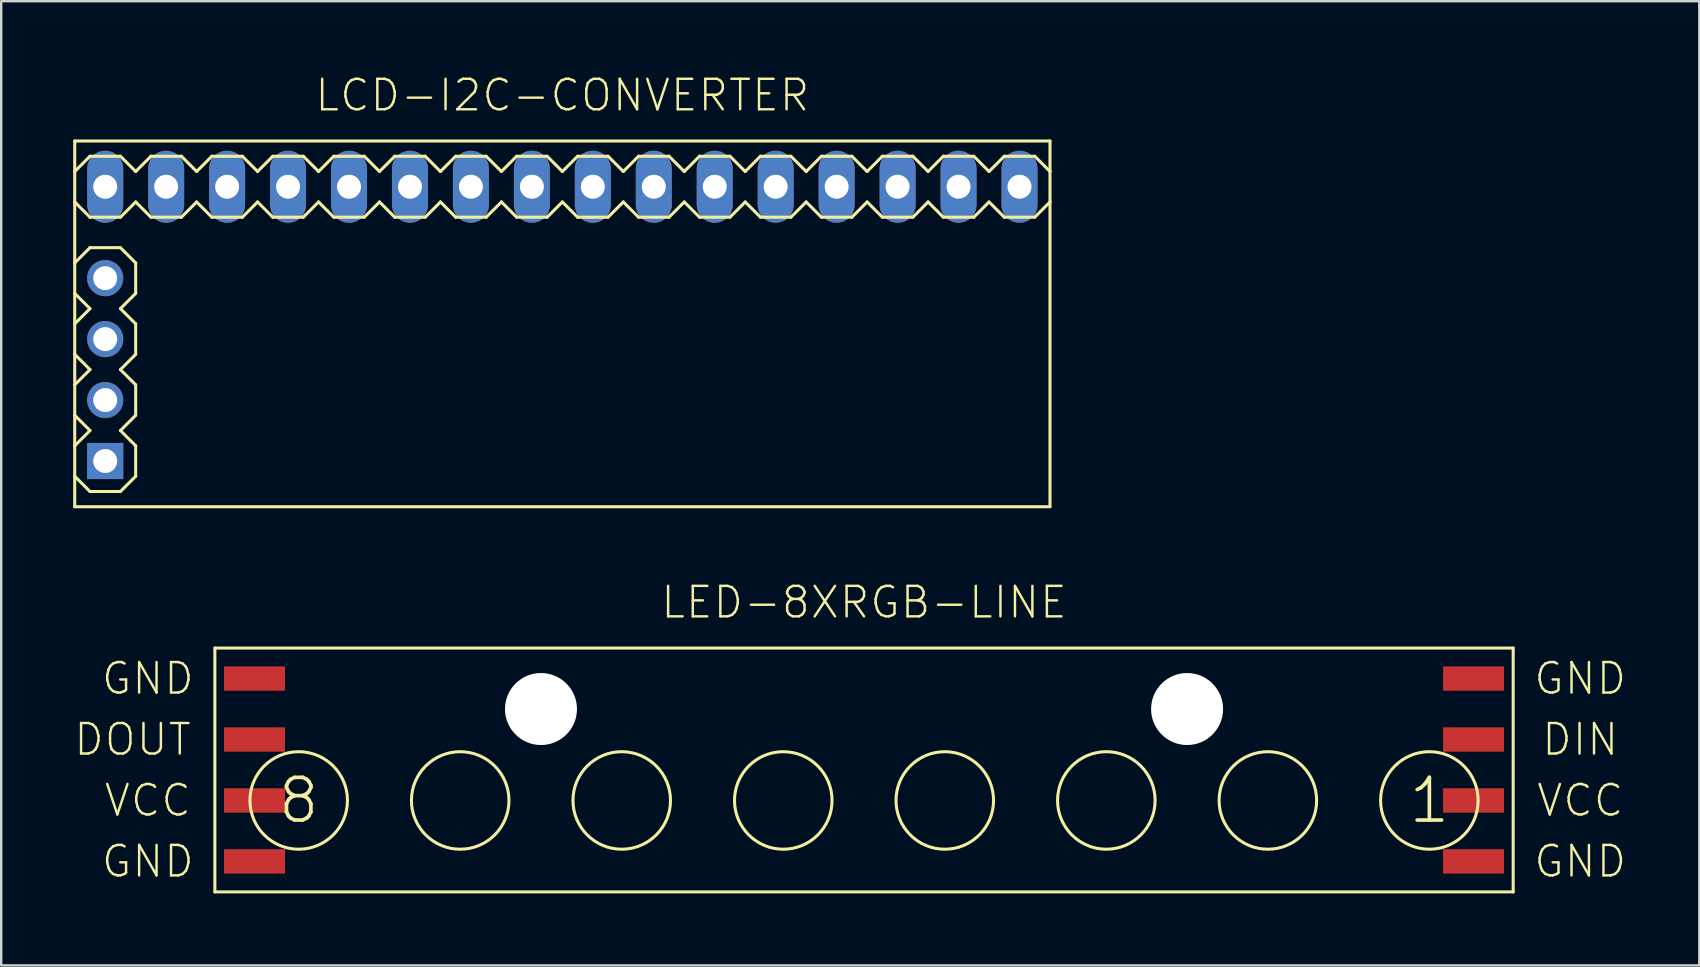
<source format=kicad_pcb>
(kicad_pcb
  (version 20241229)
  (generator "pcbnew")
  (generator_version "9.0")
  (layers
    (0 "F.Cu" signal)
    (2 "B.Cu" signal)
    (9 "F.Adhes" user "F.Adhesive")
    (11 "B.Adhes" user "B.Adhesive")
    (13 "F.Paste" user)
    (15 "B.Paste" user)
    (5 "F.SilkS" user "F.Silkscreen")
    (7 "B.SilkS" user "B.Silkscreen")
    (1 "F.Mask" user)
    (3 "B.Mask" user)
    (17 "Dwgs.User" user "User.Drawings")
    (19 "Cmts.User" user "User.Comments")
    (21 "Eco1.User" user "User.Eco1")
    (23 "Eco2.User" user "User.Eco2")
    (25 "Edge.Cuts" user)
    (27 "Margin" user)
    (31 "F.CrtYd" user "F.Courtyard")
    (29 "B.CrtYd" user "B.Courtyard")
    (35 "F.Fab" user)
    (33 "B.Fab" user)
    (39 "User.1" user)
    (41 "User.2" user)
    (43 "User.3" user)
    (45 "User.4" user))
  (footprint "LED-8XRGB-LINE"
    (layer "F.Cu")
    (at 32.955 29.036)
    (property "Reference" "LED-8XRGB-LINE" (at 0 -6.985 0) (layer "F.SilkS") (effects (font (size 1.27 1.27) (thickness 0.102))))
    (attr smd)
    (fp_line (start -27.051 -5.08) (end 27.051 -5.08) (stroke (width 0.127) (type solid)) (layer "F.SilkS"))
    (fp_line (start -27.051 5.08) (end -27.051 -5.08) (stroke (width 0.127) (type solid)) (layer "F.SilkS"))
    (fp_line (start 27.051 -5.08) (end 27.051 5.08) (stroke (width 0.127) (type solid)) (layer "F.SilkS"))
    (fp_line (start 27.051 5.08) (end -27.051 5.08) (stroke (width 0.127) (type solid)) (layer "F.SilkS"))
    (fp_circle (center -23.558 1.27) (end -23.558 -0.762) (stroke (width 0.127) (type solid)) (fill no) (layer "F.SilkS"))
    (fp_circle (center -16.828 1.27) (end -16.828 -0.762) (stroke (width 0.127) (type solid)) (fill no) (layer "F.SilkS"))
    (fp_circle (center -10.097 1.27) (end -10.097 -0.762) (stroke (width 0.127) (type solid)) (fill no) (layer "F.SilkS"))
    (fp_circle (center -3.365 1.27) (end -3.365 -0.762) (stroke (width 0.127) (type solid)) (fill no) (layer "F.SilkS"))
    (fp_circle (center 3.365 1.27) (end 3.365 -0.762) (stroke (width 0.127) (type solid)) (fill no) (layer "F.SilkS"))
    (fp_circle (center 10.097 1.27) (end 10.097 -0.762) (stroke (width 0.127) (type solid)) (fill no) (layer "F.SilkS"))
    (fp_circle (center 16.828 1.27) (end 16.828 -0.762) (stroke (width 0.127) (type solid)) (fill no) (layer "F.SilkS"))
    (fp_circle (center 23.558 1.27) (end 23.558 -0.762) (stroke (width 0.127) (type solid)) (fill no) (layer "F.SilkS"))
    (fp_text user "1" (at 23.558 1.27 0) (layer "F.SilkS") (effects (font (size 1.778 1.778) (thickness 0.152))))
    (fp_text user "GND" (at -29.845 3.81 0) (layer "F.SilkS") (effects (font (size 1.27 1.27) (thickness 0.102))))
    (fp_text user "8" (at -23.558 1.27 0) (layer "F.SilkS") (effects (font (size 1.778 1.778) (thickness 0.152))))
    (fp_text user "GND" (at 29.845 3.81 0) (layer "F.SilkS") (effects (font (size 1.27 1.27) (thickness 0.102))))
    (fp_text user "VCC" (at 29.845 1.27 0) (layer "F.SilkS") (effects (font (size 1.27 1.27) (thickness 0.102))))
    (fp_text user "DIN" (at 29.845 -1.27 0) (layer "F.SilkS") (effects (font (size 1.27 1.27) (thickness 0.102))))
    (fp_text user "GND" (at -29.845 -3.81 0) (layer "F.SilkS") (effects (font (size 1.27 1.27) (thickness 0.102))))
    (fp_text user "VCC" (at -29.845 1.27 0) (layer "F.SilkS") (effects (font (size 1.27 1.27) (thickness 0.102))))
    (fp_text user "DOUT" (at -30.48 -1.27 0) (layer "F.SilkS") (effects (font (size 1.27 1.27) (thickness 0.102))))
    (fp_text user "GND" (at 29.845 -3.81 0) (layer "F.SilkS") (effects (font (size 1.27 1.27) (thickness 0.102))))
    (pad "" np_thru_hole circle (at -13.462 -2.54) (size 3 3) (drill 3) (layers "*.Cu" "*.Mask"))
    (pad "" np_thru_hole circle (at 13.462 -2.54) (size 3 3) (drill 3) (layers "*.Cu" "*.Mask"))
    (pad "A.1" smd rect (at -25.4 -3.81) (size 2.54 1.016) (layers "F.Cu" "F.Mask" "F.Paste"))
    (pad "A.2" smd rect (at -25.4 -1.27) (size 2.54 1.016) (layers "F.Cu" "F.Mask" "F.Paste"))
    (pad "A.3" smd rect (at -25.4 1.27) (size 2.54 1.016) (layers "F.Cu" "F.Mask" "F.Paste"))
    (pad "A.4" smd rect (at -25.4 3.81) (size 2.54 1.016) (layers "F.Cu" "F.Mask" "F.Paste"))
    (pad "B.1" smd rect (at 25.4 -3.81) (size 2.54 1.016) (layers "F.Cu" "F.Mask" "F.Paste"))
    (pad "B.2" smd rect (at 25.4 -1.27) (size 2.54 1.016) (layers "F.Cu" "F.Mask" "F.Paste"))
    (pad "B.3" smd rect (at 25.4 1.27) (size 2.54 1.016) (layers "F.Cu" "F.Mask" "F.Paste"))
    (pad "B.4" smd rect (at 25.4 3.81) (size 2.54 1.016) (layers "F.Cu" "F.Mask" "F.Paste")))
  (footprint "LCD-I2C-CONVERTER"
    (layer "F.Cu")
    (at 20.384 11.081)
    (property "Reference" "LCD-I2C-CONVERTER" (at 0 -10.16 0) (layer "F.SilkS") (effects (font (size 1.27 1.27) (thickness 0.102))))
    (attr exclude_from_pos_files exclude_from_bom)
    (fp_line (start -20.32 -8.255) (end 20.32 -8.255) (stroke (width 0.127) (type solid)) (layer "F.SilkS"))
    (fp_line (start -20.32 -6.985) (end -20.32 -8.255) (stroke (width 0.127) (type solid)) (layer "F.SilkS"))
    (fp_line (start -20.32 -6.985) (end -19.685 -7.62) (stroke (width 0.127) (type solid)) (layer "F.SilkS"))
    (fp_line (start -20.32 -5.715) (end -20.32 -6.985) (stroke (width 0.127) (type solid)) (layer "F.SilkS"))
    (fp_line (start -20.32 -3.175) (end -20.32 -5.715) (stroke (width 0.127) (type solid)) (layer "F.SilkS"))
    (fp_line (start -20.32 -3.175) (end -19.685 -3.81) (stroke (width 0.127) (type solid)) (layer "F.SilkS"))
    (fp_line (start -20.32 -1.905) (end -20.32 -3.175) (stroke (width 0.127) (type solid)) (layer "F.SilkS"))
    (fp_line (start -20.32 -0.635) (end -20.32 -1.905) (stroke (width 0.127) (type solid)) (layer "F.SilkS"))
    (fp_line (start -20.32 -0.635) (end -19.685 -1.27) (stroke (width 0.127) (type solid)) (layer "F.SilkS"))
    (fp_line (start -20.32 0.635) (end -20.32 -0.635) (stroke (width 0.127) (type solid)) (layer "F.SilkS"))
    (fp_line (start -20.32 1.905) (end -20.32 0.635) (stroke (width 0.127) (type solid)) (layer "F.SilkS"))
    (fp_line (start -20.32 1.905) (end -19.685 1.27) (stroke (width 0.127) (type solid)) (layer "F.SilkS"))
    (fp_line (start -20.32 3.175) (end -20.32 1.905) (stroke (width 0.127) (type solid)) (layer "F.SilkS"))
    (fp_line (start -20.32 4.445) (end -20.32 3.175) (stroke (width 0.127) (type solid)) (layer "F.SilkS"))
    (fp_line (start -20.32 4.445) (end -19.685 3.81) (stroke (width 0.127) (type solid)) (layer "F.SilkS"))
    (fp_line (start -20.32 5.715) (end -20.32 4.445) (stroke (width 0.127) (type solid)) (layer "F.SilkS"))
    (fp_line (start -20.32 6.985) (end -20.32 5.715) (stroke (width 0.127) (type solid)) (layer "F.SilkS"))
    (fp_line (start -19.685 -7.62) (end -18.415 -7.62) (stroke (width 0.127) (type solid)) (layer "F.SilkS"))
    (fp_line (start -19.685 -5.08) (end -20.32 -5.715) (stroke (width 0.127) (type solid)) (layer "F.SilkS"))
    (fp_line (start -19.685 -3.81) (end -18.415 -3.81) (stroke (width 0.127) (type solid)) (layer "F.SilkS"))
    (fp_line (start -19.685 -1.27) (end -20.32 -1.905) (stroke (width 0.127) (type solid)) (layer "F.SilkS"))
    (fp_line (start -19.685 1.27) (end -20.32 0.635) (stroke (width 0.127) (type solid)) (layer "F.SilkS"))
    (fp_line (start -19.685 3.81) (end -20.32 3.175) (stroke (width 0.127) (type solid)) (layer "F.SilkS"))
    (fp_line (start -19.685 6.35) (end -20.32 5.715) (stroke (width 0.127) (type solid)) (layer "F.SilkS"))
    (fp_line (start -18.415 -7.62) (end -17.78 -6.985) (stroke (width 0.127) (type solid)) (layer "F.SilkS"))
    (fp_line (start -18.415 -5.08) (end -19.685 -5.08) (stroke (width 0.127) (type solid)) (layer "F.SilkS"))
    (fp_line (start -18.415 -3.81) (end -17.78 -3.175) (stroke (width 0.127) (type solid)) (layer "F.SilkS"))
    (fp_line (start -18.415 -1.27) (end -17.78 -0.635) (stroke (width 0.127) (type solid)) (layer "F.SilkS"))
    (fp_line (start -18.415 1.27) (end -17.78 1.905) (stroke (width 0.127) (type solid)) (layer "F.SilkS"))
    (fp_line (start -18.415 3.81) (end -17.78 4.445) (stroke (width 0.127) (type solid)) (layer "F.SilkS"))
    (fp_line (start -18.415 6.35) (end -19.685 6.35) (stroke (width 0.127) (type solid)) (layer "F.SilkS"))
    (fp_line (start -17.78 -6.985) (end -17.145 -7.62) (stroke (width 0.127) (type solid)) (layer "F.SilkS"))
    (fp_line (start -17.78 -5.715) (end -18.415 -5.08) (stroke (width 0.127) (type solid)) (layer "F.SilkS"))
    (fp_line (start -17.78 -3.175) (end -17.78 -1.905) (stroke (width 0.127) (type solid)) (layer "F.SilkS"))
    (fp_line (start -17.78 -1.905) (end -18.415 -1.27) (stroke (width 0.127) (type solid)) (layer "F.SilkS"))
    (fp_line (start -17.78 -0.635) (end -17.78 0.635) (stroke (width 0.127) (type solid)) (layer "F.SilkS"))
    (fp_line (start -17.78 0.635) (end -18.415 1.27) (stroke (width 0.127) (type solid)) (layer "F.SilkS"))
    (fp_line (start -17.78 1.905) (end -17.78 3.175) (stroke (width 0.127) (type solid)) (layer "F.SilkS"))
    (fp_line (start -17.78 3.175) (end -18.415 3.81) (stroke (width 0.127) (type solid)) (layer "F.SilkS"))
    (fp_line (start -17.78 4.445) (end -17.78 5.715) (stroke (width 0.127) (type solid)) (layer "F.SilkS"))
    (fp_line (start -17.78 5.715) (end -18.415 6.35) (stroke (width 0.127) (type solid)) (layer "F.SilkS"))
    (fp_line (start -17.145 -7.62) (end -15.875 -7.62) (stroke (width 0.127) (type solid)) (layer "F.SilkS"))
    (fp_line (start -17.145 -5.08) (end -17.78 -5.715) (stroke (width 0.127) (type solid)) (layer "F.SilkS"))
    (fp_line (start -15.875 -7.62) (end -15.24 -6.985) (stroke (width 0.127) (type solid)) (layer "F.SilkS"))
    (fp_line (start -15.875 -5.08) (end -17.145 -5.08) (stroke (width 0.127) (type solid)) (layer "F.SilkS"))
    (fp_line (start -15.24 -6.985) (end -14.605 -7.62) (stroke (width 0.127) (type solid)) (layer "F.SilkS"))
    (fp_line (start -15.24 -5.715) (end -15.875 -5.08) (stroke (width 0.127) (type solid)) (layer "F.SilkS"))
    (fp_line (start -14.605 -7.62) (end -13.335 -7.62) (stroke (width 0.127) (type solid)) (layer "F.SilkS"))
    (fp_line (start -14.605 -5.08) (end -15.24 -5.715) (stroke (width 0.127) (type solid)) (layer "F.SilkS"))
    (fp_line (start -13.335 -7.62) (end -12.7 -6.985) (stroke (width 0.127) (type solid)) (layer "F.SilkS"))
    (fp_line (start -13.335 -5.08) (end -14.605 -5.08) (stroke (width 0.127) (type solid)) (layer "F.SilkS"))
    (fp_line (start -12.7 -6.985) (end -12.065 -7.62) (stroke (width 0.127) (type solid)) (layer "F.SilkS"))
    (fp_line (start -12.7 -5.715) (end -13.335 -5.08) (stroke (width 0.127) (type solid)) (layer "F.SilkS"))
    (fp_line (start -12.065 -7.62) (end -10.795 -7.62) (stroke (width 0.127) (type solid)) (layer "F.SilkS"))
    (fp_line (start -12.065 -5.08) (end -12.7 -5.715) (stroke (width 0.127) (type solid)) (layer "F.SilkS"))
    (fp_line (start -10.795 -7.62) (end -10.16 -6.985) (stroke (width 0.127) (type solid)) (layer "F.SilkS"))
    (fp_line (start -10.795 -5.08) (end -12.065 -5.08) (stroke (width 0.127) (type solid)) (layer "F.SilkS"))
    (fp_line (start -10.16 -6.985) (end -9.525 -7.62) (stroke (width 0.127) (type solid)) (layer "F.SilkS"))
    (fp_line (start -10.16 -5.715) (end -10.795 -5.08) (stroke (width 0.127) (type solid)) (layer "F.SilkS"))
    (fp_line (start -9.525 -7.62) (end -8.255 -7.62) (stroke (width 0.127) (type solid)) (layer "F.SilkS"))
    (fp_line (start -9.525 -5.08) (end -10.16 -5.715) (stroke (width 0.127) (type solid)) (layer "F.SilkS"))
    (fp_line (start -8.255 -7.62) (end -7.62 -6.985) (stroke (width 0.127) (type solid)) (layer "F.SilkS"))
    (fp_line (start -8.255 -5.08) (end -9.525 -5.08) (stroke (width 0.127) (type solid)) (layer "F.SilkS"))
    (fp_line (start -7.62 -6.985) (end -6.985 -7.62) (stroke (width 0.127) (type solid)) (layer "F.SilkS"))
    (fp_line (start -7.62 -5.715) (end -8.255 -5.08) (stroke (width 0.127) (type solid)) (layer "F.SilkS"))
    (fp_line (start -6.985 -7.62) (end -5.715 -7.62) (stroke (width 0.127) (type solid)) (layer "F.SilkS"))
    (fp_line (start -6.985 -5.08) (end -7.62 -5.715) (stroke (width 0.127) (type solid)) (layer "F.SilkS"))
    (fp_line (start -5.715 -7.62) (end -5.08 -6.985) (stroke (width 0.127) (type solid)) (layer "F.SilkS"))
    (fp_line (start -5.715 -5.08) (end -6.985 -5.08) (stroke (width 0.127) (type solid)) (layer "F.SilkS"))
    (fp_line (start -5.08 -6.985) (end -4.445 -7.62) (stroke (width 0.127) (type solid)) (layer "F.SilkS"))
    (fp_line (start -5.08 -5.715) (end -5.715 -5.08) (stroke (width 0.127) (type solid)) (layer "F.SilkS"))
    (fp_line (start -4.445 -7.62) (end -3.175 -7.62) (stroke (width 0.127) (type solid)) (layer "F.SilkS"))
    (fp_line (start -4.445 -5.08) (end -5.08 -5.715) (stroke (width 0.127) (type solid)) (layer "F.SilkS"))
    (fp_line (start -3.175 -7.62) (end -2.54 -6.985) (stroke (width 0.127) (type solid)) (layer "F.SilkS"))
    (fp_line (start -3.175 -5.08) (end -4.445 -5.08) (stroke (width 0.127) (type solid)) (layer "F.SilkS"))
    (fp_line (start -2.54 -6.985) (end -1.905 -7.62) (stroke (width 0.127) (type solid)) (layer "F.SilkS"))
    (fp_line (start -2.54 -5.715) (end -3.175 -5.08) (stroke (width 0.127) (type solid)) (layer "F.SilkS"))
    (fp_line (start -1.905 -7.62) (end -0.635 -7.62) (stroke (width 0.127) (type solid)) (layer "F.SilkS"))
    (fp_line (start -1.905 -5.08) (end -2.54 -5.715) (stroke (width 0.127) (type solid)) (layer "F.SilkS"))
    (fp_line (start -0.635 -7.62) (end 0 -6.985) (stroke (width 0.127) (type solid)) (layer "F.SilkS"))
    (fp_line (start -0.635 -5.08) (end -1.905 -5.08) (stroke (width 0.127) (type solid)) (layer "F.SilkS"))
    (fp_line (start 0 -6.985) (end 0.635 -7.62) (stroke (width 0.127) (type solid)) (layer "F.SilkS"))
    (fp_line (start 0 -5.715) (end -0.635 -5.08) (stroke (width 0.127) (type solid)) (layer "F.SilkS"))
    (fp_line (start 0.635 -7.62) (end 1.905 -7.62) (stroke (width 0.127) (type solid)) (layer "F.SilkS"))
    (fp_line (start 0.635 -5.08) (end 0 -5.715) (stroke (width 0.127) (type solid)) (layer "F.SilkS"))
    (fp_line (start 1.905 -7.62) (end 2.54 -6.985) (stroke (width 0.127) (type solid)) (layer "F.SilkS"))
    (fp_line (start 1.905 -5.08) (end 0.635 -5.08) (stroke (width 0.127) (type solid)) (layer "F.SilkS"))
    (fp_line (start 2.54 -6.985) (end 3.175 -7.62) (stroke (width 0.127) (type solid)) (layer "F.SilkS"))
    (fp_line (start 2.54 -5.715) (end 1.905 -5.08) (stroke (width 0.127) (type solid)) (layer "F.SilkS"))
    (fp_line (start 3.175 -7.62) (end 4.445 -7.62) (stroke (width 0.127) (type solid)) (layer "F.SilkS"))
    (fp_line (start 3.175 -5.08) (end 2.54 -5.715) (stroke (width 0.127) (type solid)) (layer "F.SilkS"))
    (fp_line (start 4.445 -7.62) (end 5.08 -6.985) (stroke (width 0.127) (type solid)) (layer "F.SilkS"))
    (fp_line (start 4.445 -5.08) (end 3.175 -5.08) (stroke (width 0.127) (type solid)) (layer "F.SilkS"))
    (fp_line (start 5.08 -6.985) (end 5.715 -7.62) (stroke (width 0.127) (type solid)) (layer "F.SilkS"))
    (fp_line (start 5.08 -5.715) (end 4.445 -5.08) (stroke (width 0.127) (type solid)) (layer "F.SilkS"))
    (fp_line (start 5.715 -7.62) (end 6.985 -7.62) (stroke (width 0.127) (type solid)) (layer "F.SilkS"))
    (fp_line (start 5.715 -5.08) (end 5.08 -5.715) (stroke (width 0.127) (type solid)) (layer "F.SilkS"))
    (fp_line (start 6.985 -7.62) (end 7.62 -6.985) (stroke (width 0.127) (type solid)) (layer "F.SilkS"))
    (fp_line (start 6.985 -5.08) (end 5.715 -5.08) (stroke (width 0.127) (type solid)) (layer "F.SilkS"))
    (fp_line (start 7.62 -6.985) (end 8.255 -7.62) (stroke (width 0.127) (type solid)) (layer "F.SilkS"))
    (fp_line (start 7.62 -5.715) (end 6.985 -5.08) (stroke (width 0.127) (type solid)) (layer "F.SilkS"))
    (fp_line (start 8.255 -7.62) (end 9.525 -7.62) (stroke (width 0.127) (type solid)) (layer "F.SilkS"))
    (fp_line (start 8.255 -5.08) (end 7.62 -5.715) (stroke (width 0.127) (type solid)) (layer "F.SilkS"))
    (fp_line (start 9.525 -7.62) (end 10.16 -6.985) (stroke (width 0.127) (type solid)) (layer "F.SilkS"))
    (fp_line (start 9.525 -5.08) (end 8.255 -5.08) (stroke (width 0.127) (type solid)) (layer "F.SilkS"))
    (fp_line (start 10.16 -6.985) (end 10.795 -7.62) (stroke (width 0.127) (type solid)) (layer "F.SilkS"))
    (fp_line (start 10.16 -5.715) (end 9.525 -5.08) (stroke (width 0.127) (type solid)) (layer "F.SilkS"))
    (fp_line (start 10.795 -7.62) (end 12.065 -7.62) (stroke (width 0.127) (type solid)) (layer "F.SilkS"))
    (fp_line (start 10.795 -5.08) (end 10.16 -5.715) (stroke (width 0.127) (type solid)) (layer "F.SilkS"))
    (fp_line (start 12.065 -7.62) (end 12.7 -6.985) (stroke (width 0.127) (type solid)) (layer "F.SilkS"))
    (fp_line (start 12.065 -5.08) (end 10.795 -5.08) (stroke (width 0.127) (type solid)) (layer "F.SilkS"))
    (fp_line (start 12.7 -6.985) (end 13.335 -7.62) (stroke (width 0.127) (type solid)) (layer "F.SilkS"))
    (fp_line (start 12.7 -5.715) (end 12.065 -5.08) (stroke (width 0.127) (type solid)) (layer "F.SilkS"))
    (fp_line (start 13.335 -7.62) (end 14.605 -7.62) (stroke (width 0.127) (type solid)) (layer "F.SilkS"))
    (fp_line (start 13.335 -5.08) (end 12.7 -5.715) (stroke (width 0.127) (type solid)) (layer "F.SilkS"))
    (fp_line (start 14.605 -7.62) (end 15.24 -6.985) (stroke (width 0.127) (type solid)) (layer "F.SilkS"))
    (fp_line (start 14.605 -5.08) (end 13.335 -5.08) (stroke (width 0.127) (type solid)) (layer "F.SilkS"))
    (fp_line (start 15.24 -6.985) (end 15.875 -7.62) (stroke (width 0.127) (type solid)) (layer "F.SilkS"))
    (fp_line (start 15.24 -5.715) (end 14.605 -5.08) (stroke (width 0.127) (type solid)) (layer "F.SilkS"))
    (fp_line (start 15.875 -7.62) (end 17.145 -7.62) (stroke (width 0.127) (type solid)) (layer "F.SilkS"))
    (fp_line (start 15.875 -5.08) (end 15.24 -5.715) (stroke (width 0.127) (type solid)) (layer "F.SilkS"))
    (fp_line (start 17.145 -7.62) (end 17.78 -6.985) (stroke (width 0.127) (type solid)) (layer "F.SilkS"))
    (fp_line (start 17.145 -5.08) (end 15.875 -5.08) (stroke (width 0.127) (type solid)) (layer "F.SilkS"))
    (fp_line (start 17.78 -6.985) (end 18.415 -7.62) (stroke (width 0.127) (type solid)) (layer "F.SilkS"))
    (fp_line (start 17.78 -5.715) (end 17.145 -5.08) (stroke (width 0.127) (type solid)) (layer "F.SilkS"))
    (fp_line (start 18.415 -7.62) (end 19.685 -7.62) (stroke (width 0.127) (type solid)) (layer "F.SilkS"))
    (fp_line (start 18.415 -5.08) (end 17.78 -5.715) (stroke (width 0.127) (type solid)) (layer "F.SilkS"))
    (fp_line (start 19.685 -7.62) (end 20.32 -6.985) (stroke (width 0.127) (type solid)) (layer "F.SilkS"))
    (fp_line (start 19.685 -5.08) (end 18.415 -5.08) (stroke (width 0.127) (type solid)) (layer "F.SilkS"))
    (fp_line (start 20.32 -8.255) (end 20.32 -6.985) (stroke (width 0.127) (type solid)) (layer "F.SilkS"))
    (fp_line (start 20.32 -6.985) (end 20.32 -5.715) (stroke (width 0.127) (type solid)) (layer "F.SilkS"))
    (fp_line (start 20.32 -5.715) (end 19.685 -5.08) (stroke (width 0.127) (type solid)) (layer "F.SilkS"))
    (fp_line (start 20.32 -5.715) (end 20.32 6.985) (stroke (width 0.127) (type solid)) (layer "F.SilkS"))
    (fp_line (start 20.32 6.985) (end -20.32 6.985) (stroke (width 0.127) (type solid)) (layer "F.SilkS"))
    (pad "J1.1" thru_hole rect (at -19.05 5.08) (size 1.506 1.506) (drill 0.998) (layers "*.Cu" "*.Paste" "*.Mask"))
    (pad "J1.2" thru_hole circle (at -19.05 2.54) (size 1.506 1.506) (drill 0.998) (layers "*.Cu" "*.Paste" "*.Mask"))
    (pad "J1.3" thru_hole circle (at -19.05 0) (size 1.506 1.506) (drill 0.998) (layers "*.Cu" "*.Paste" "*.Mask"))
    (pad "J1.4" thru_hole circle (at -19.05 -2.54) (size 1.506 1.506) (drill 0.998) (layers "*.Cu" "*.Paste" "*.Mask"))
    (pad "J2.1" thru_hole oval (at 19.05 -6.35) (size 1.5 3) (drill 1) (layers "*.Cu" "*.Mask"))
    (pad "J2.2" thru_hole oval (at 16.51 -6.35) (size 1.5 3) (drill 1) (layers "*.Cu" "*.Mask"))
    (pad "J2.3" thru_hole oval (at 13.97 -6.35) (size 1.5 3) (drill 1) (layers "*.Cu" "*.Mask"))
    (pad "J2.4" thru_hole oval (at 11.43 -6.35) (size 1.5 3) (drill 1) (layers "*.Cu" "*.Mask"))
    (pad "J2.5" thru_hole oval (at 8.89 -6.35) (size 1.5 3) (drill 1) (layers "*.Cu" "*.Mask"))
    (pad "J2.6" thru_hole oval (at 6.35 -6.35) (size 1.5 3) (drill 1) (layers "*.Cu" "*.Mask"))
    (pad "J2.7" thru_hole oval (at 3.81 -6.35) (size 1.5 3) (drill 1) (layers "*.Cu" "*.Mask"))
    (pad "J2.8" thru_hole oval (at 1.27 -6.35) (size 1.5 3) (drill 1) (layers "*.Cu" "*.Mask"))
    (pad "J2.9" thru_hole oval (at -1.27 -6.35) (size 1.5 3) (drill 1) (layers "*.Cu" "*.Mask"))
    (pad "J2.10" thru_hole oval (at -3.81 -6.35) (size 1.5 3) (drill 1) (layers "*.Cu" "*.Mask"))
    (pad "J2.11" thru_hole oval (at -6.35 -6.35) (size 1.5 3) (drill 1) (layers "*.Cu" "*.Mask"))
    (pad "J2.12" thru_hole oval (at -8.89 -6.35) (size 1.5 3) (drill 1) (layers "*.Cu" "*.Mask"))
    (pad "J2.13" thru_hole oval (at -11.43 -6.35) (size 1.5 3) (drill 1) (layers "*.Cu" "*.Mask"))
    (pad "J2.14" thru_hole oval (at -13.97 -6.35) (size 1.5 3) (drill 1) (layers "*.Cu" "*.Mask"))
    (pad "J2.15" thru_hole oval (at -16.51 -6.35) (size 1.5 3) (drill 1) (layers "*.Cu" "*.Mask"))
    (pad "J2.16" thru_hole oval (at -19.05 -6.35) (size 1.5 3) (drill 1) (layers "*.Cu" "*.Mask")))
  (gr_rect
    (start -3 -3)
    (end 67.76 37.18)
    (stroke (width 0.1) (type default))
    (fill no)
    (layer "Edge.Cuts")))
</source>
